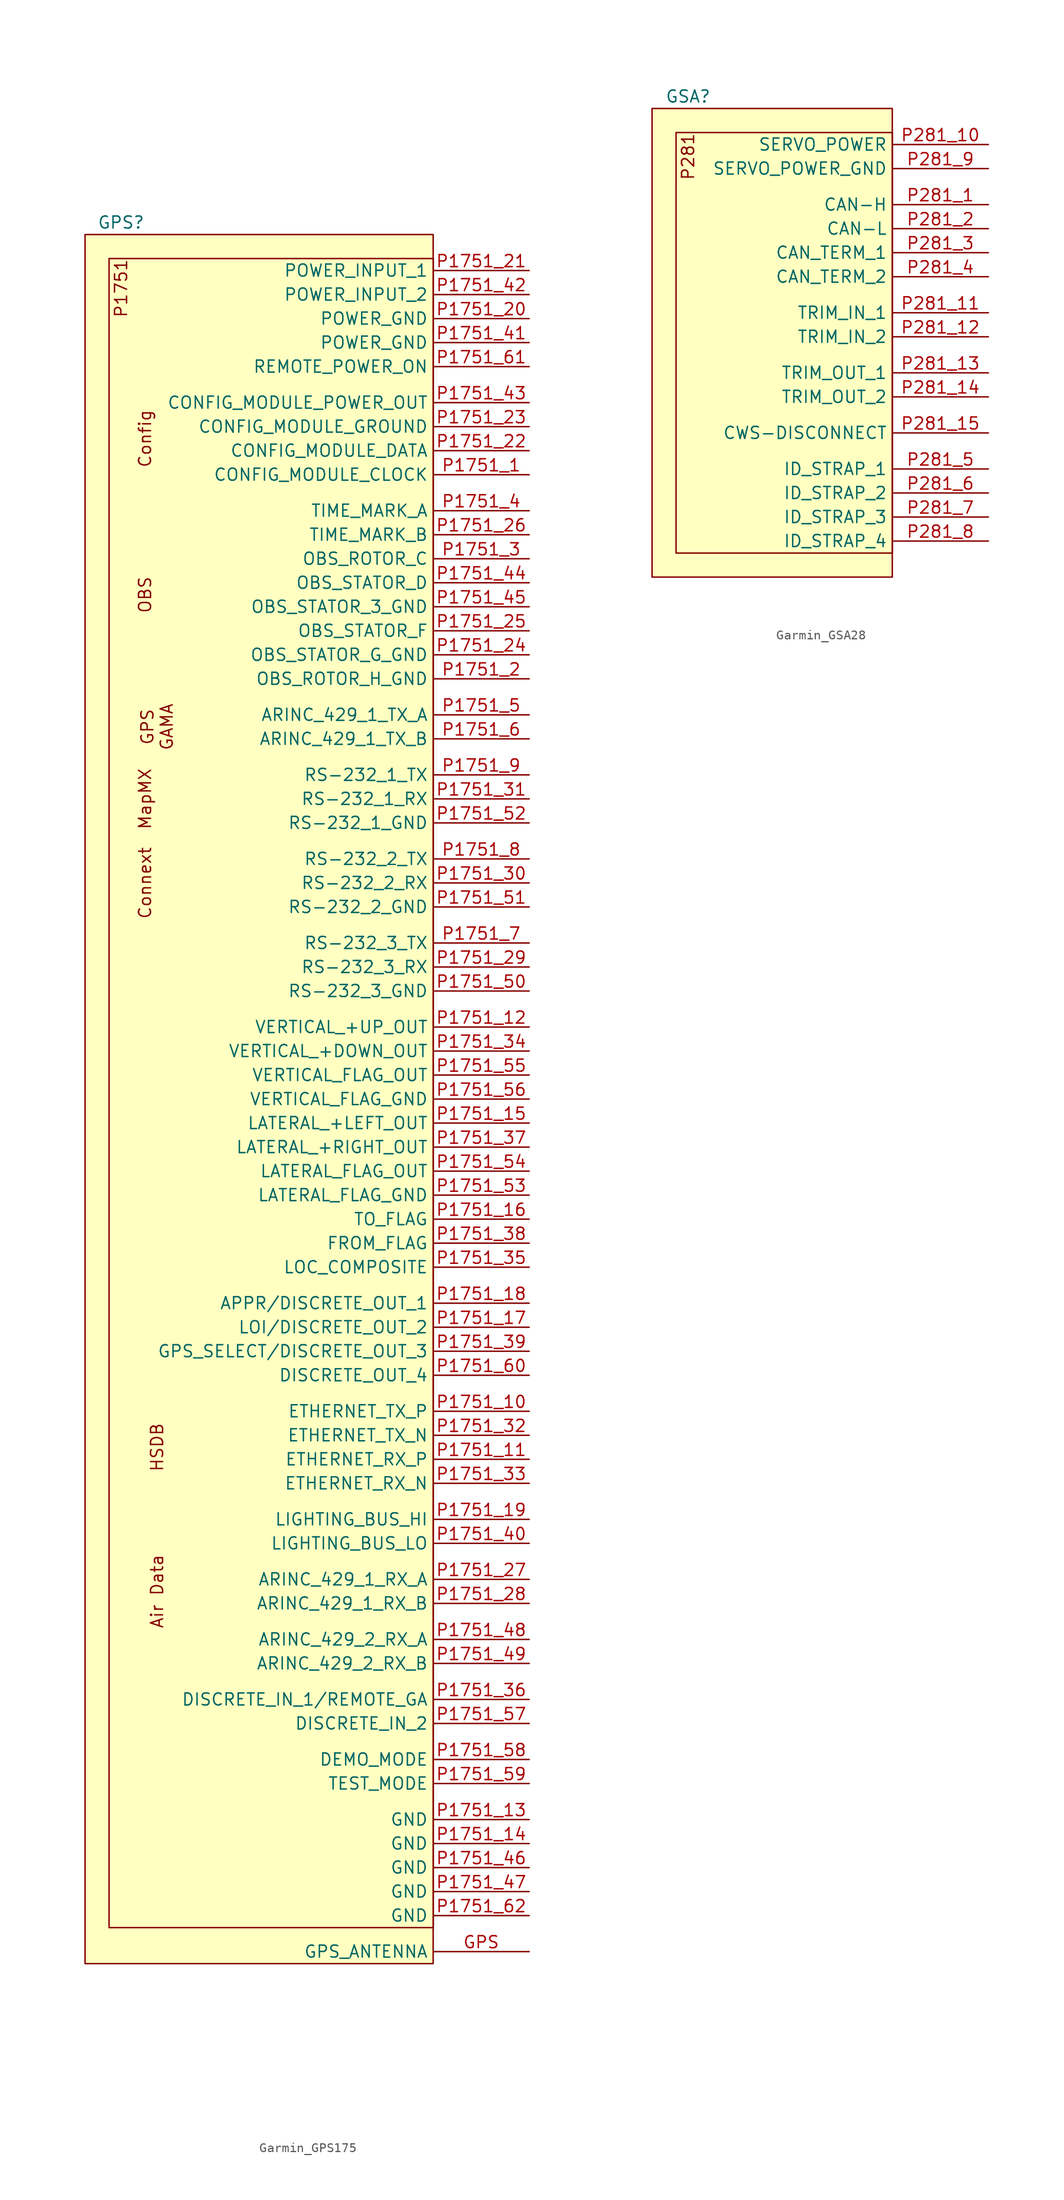
<source format=kicad_sym>
(kicad_symbol_lib
  (version 20220914)
  (generator kicad_symbol_editor)
  (symbol "Garmin_GPS175"
    (property "Reference" "GPS"
      (at 3.81 1.27 0)
      (effects (font (size 1.27 1.27))))
    (property "Value" ""
      (at 0 0 0)
      (effects (font (size 1.27 1.27))))
    (symbol "Garmin_GPS175_1_1"
      (rectangle (start 0 0) (end 36.83 -182.88) (stroke (width 0) (type default)) (fill (type background)))
      (rectangle (start 2.54 -2.54) (end 36.83 -179.07) (stroke (width 0) (type default)) (fill (type background)))
      (text "Air Data" (at 7.62 -143.51 900) (effects (font (size 1.27 1.27))))
      (text "Config" (at 6.35 -21.59 900) (effects (font (size 1.27 1.27))))
      (text "Connext" (at 6.35 -68.58 900) (effects (font (size 1.27 1.27))))
      (text "GPS\nGAMA" (at 7.62 -52.07 900) (effects (font (size 1.27 1.27))))
      (text "HSDB" (at 7.62 -128.27 900) (effects (font (size 1.27 1.27))))
      (text "MapMX" (at 6.35 -59.69 900) (effects (font (size 1.27 1.27))))
      (text "OBS" (at 6.35 -38.1 900) (effects (font (size 1.27 1.27))))
      (text "P1751" (at 3.81 -2.54 900) (effects (font (size 1.27 1.27)) (justify right)))
      (pin input line (at 46.99 -181.61 180) (length 10.16) (name "GPS_ANTENNA" (effects (font (size 1.27 1.27)))) (number "GPS" (effects (font (size 1.27 1.27)))))
      (pin output line (at 46.99 -25.4 180) (length 10.16) (name "CONFIG_MODULE_CLOCK" (effects (font (size 1.27 1.27)))) (number "P1751_1" (effects (font (size 1.27 1.27)))))
      (pin output line (at 46.99 -124.46 180) (length 10.16) (name "ETHERNET_TX_P" (effects (font (size 1.27 1.27)))) (number "P1751_10" (effects (font (size 1.27 1.27)))))
      (pin input line (at 46.99 -129.54 180) (length 10.16) (name "ETHERNET_RX_P" (effects (font (size 1.27 1.27)))) (number "P1751_11" (effects (font (size 1.27 1.27)))))
      (pin output line (at 46.99 -83.82 180) (length 10.16) (name "VERTICAL_+UP_OUT" (effects (font (size 1.27 1.27)))) (number "P1751_12" (effects (font (size 1.27 1.27)))))
      (pin bidirectional line (at 46.99 -167.64 180) (length 10.16) (name "GND" (effects (font (size 1.27 1.27)))) (number "P1751_13" (effects (font (size 1.27 1.27)))))
      (pin bidirectional line (at 46.99 -170.18 180) (length 10.16) (name "GND" (effects (font (size 1.27 1.27)))) (number "P1751_14" (effects (font (size 1.27 1.27)))))
      (pin output line (at 46.99 -93.98 180) (length 10.16) (name "LATERAL_+LEFT_OUT" (effects (font (size 1.27 1.27)))) (number "P1751_15" (effects (font (size 1.27 1.27)))))
      (pin output line (at 46.99 -104.14 180) (length 10.16) (name "TO_FLAG" (effects (font (size 1.27 1.27)))) (number "P1751_16" (effects (font (size 1.27 1.27)))))
      (pin output line (at 46.99 -115.57 180) (length 10.16) (name "LOI/DISCRETE_OUT_2" (effects (font (size 1.27 1.27)))) (number "P1751_17" (effects (font (size 1.27 1.27)))))
      (pin output line (at 46.99 -113.03 180) (length 10.16) (name "APPR/DISCRETE_OUT_1" (effects (font (size 1.27 1.27)))) (number "P1751_18" (effects (font (size 1.27 1.27)))))
      (pin input line (at 46.99 -135.89 180) (length 10.16) (name "LIGHTING_BUS_HI" (effects (font (size 1.27 1.27)))) (number "P1751_19" (effects (font (size 1.27 1.27)))))
      (pin bidirectional line (at 46.99 -46.99 180) (length 10.16) (name "OBS_ROTOR_H_GND" (effects (font (size 1.27 1.27)))) (number "P1751_2" (effects (font (size 1.27 1.27)))))
      (pin bidirectional line (at 46.99 -8.89 180) (length 10.16) (name "POWER_GND" (effects (font (size 1.27 1.27)))) (number "P1751_20" (effects (font (size 1.27 1.27)))))
      (pin power_in line (at 46.99 -3.81 180) (length 10.16) (name "POWER_INPUT_1" (effects (font (size 1.27 1.27)))) (number "P1751_21" (effects (font (size 1.27 1.27)))))
      (pin bidirectional line (at 46.99 -22.86 180) (length 10.16) (name "CONFIG_MODULE_DATA" (effects (font (size 1.27 1.27)))) (number "P1751_22" (effects (font (size 1.27 1.27)))))
      (pin bidirectional line (at 46.99 -20.32 180) (length 10.16) (name "CONFIG_MODULE_GROUND" (effects (font (size 1.27 1.27)))) (number "P1751_23" (effects (font (size 1.27 1.27)))))
      (pin bidirectional line (at 46.99 -44.45 180) (length 10.16) (name "OBS_STATOR_G_GND" (effects (font (size 1.27 1.27)))) (number "P1751_24" (effects (font (size 1.27 1.27)))))
      (pin bidirectional line (at 46.99 -41.91 180) (length 10.16) (name "OBS_STATOR_F" (effects (font (size 1.27 1.27)))) (number "P1751_25" (effects (font (size 1.27 1.27)))))
      (pin bidirectional line (at 46.99 -31.75 180) (length 10.16) (name "TIME_MARK_B" (effects (font (size 1.27 1.27)))) (number "P1751_26" (effects (font (size 1.27 1.27)))))
      (pin input line (at 46.99 -142.24 180) (length 10.16) (name "ARINC_429_1_RX_A" (effects (font (size 1.27 1.27)))) (number "P1751_27" (effects (font (size 1.27 1.27)))))
      (pin input line (at 46.99 -144.78 180) (length 10.16) (name "ARINC_429_1_RX_B" (effects (font (size 1.27 1.27)))) (number "P1751_28" (effects (font (size 1.27 1.27)))))
      (pin input line (at 46.99 -77.47 180) (length 10.16) (name "RS-232_3_RX" (effects (font (size 1.27 1.27)))) (number "P1751_29" (effects (font (size 1.27 1.27)))))
      (pin bidirectional line (at 46.99 -34.29 180) (length 10.16) (name "OBS_ROTOR_C" (effects (font (size 1.27 1.27)))) (number "P1751_3" (effects (font (size 1.27 1.27)))))
      (pin input line (at 46.99 -68.58 180) (length 10.16) (name "RS-232_2_RX" (effects (font (size 1.27 1.27)))) (number "P1751_30" (effects (font (size 1.27 1.27)))))
      (pin input line (at 46.99 -59.69 180) (length 10.16) (name "RS-232_1_RX" (effects (font (size 1.27 1.27)))) (number "P1751_31" (effects (font (size 1.27 1.27)))))
      (pin output line (at 46.99 -127 180) (length 10.16) (name "ETHERNET_TX_N" (effects (font (size 1.27 1.27)))) (number "P1751_32" (effects (font (size 1.27 1.27)))))
      (pin input line (at 46.99 -132.08 180) (length 10.16) (name "ETHERNET_RX_N" (effects (font (size 1.27 1.27)))) (number "P1751_33" (effects (font (size 1.27 1.27)))))
      (pin output line (at 46.99 -86.36 180) (length 10.16) (name "VERTICAL_+DOWN_OUT" (effects (font (size 1.27 1.27)))) (number "P1751_34" (effects (font (size 1.27 1.27)))))
      (pin output line (at 46.99 -109.22 180) (length 10.16) (name "LOC_COMPOSITE" (effects (font (size 1.27 1.27)))) (number "P1751_35" (effects (font (size 1.27 1.27)))))
      (pin input line (at 46.99 -154.94 180) (length 10.16) (name "DISCRETE_IN_1/REMOTE_GA" (effects (font (size 1.27 1.27)))) (number "P1751_36" (effects (font (size 1.27 1.27)))))
      (pin output line (at 46.99 -96.52 180) (length 10.16) (name "LATERAL_+RIGHT_OUT" (effects (font (size 1.27 1.27)))) (number "P1751_37" (effects (font (size 1.27 1.27)))))
      (pin output line (at 46.99 -106.68 180) (length 10.16) (name "FROM_FLAG" (effects (font (size 1.27 1.27)))) (number "P1751_38" (effects (font (size 1.27 1.27)))))
      (pin output line (at 46.99 -118.11 180) (length 10.16) (name "GPS_SELECT/DISCRETE_OUT_3" (effects (font (size 1.27 1.27)))) (number "P1751_39" (effects (font (size 1.27 1.27)))))
      (pin bidirectional line (at 46.99 -29.21 180) (length 10.16) (name "TIME_MARK_A" (effects (font (size 1.27 1.27)))) (number "P1751_4" (effects (font (size 1.27 1.27)))))
      (pin bidirectional line (at 46.99 -138.43 180) (length 10.16) (name "LIGHTING_BUS_LO" (effects (font (size 1.27 1.27)))) (number "P1751_40" (effects (font (size 1.27 1.27)))))
      (pin bidirectional line (at 46.99 -11.43 180) (length 10.16) (name "POWER_GND" (effects (font (size 1.27 1.27)))) (number "P1751_41" (effects (font (size 1.27 1.27)))))
      (pin power_in line (at 46.99 -6.35 180) (length 10.16) (name "POWER_INPUT_2" (effects (font (size 1.27 1.27)))) (number "P1751_42" (effects (font (size 1.27 1.27)))))
      (pin power_out line (at 46.99 -17.78 180) (length 10.16) (name "CONFIG_MODULE_POWER_OUT" (effects (font (size 1.27 1.27)))) (number "P1751_43" (effects (font (size 1.27 1.27)))))
      (pin bidirectional line (at 46.99 -36.83 180) (length 10.16) (name "OBS_STATOR_D" (effects (font (size 1.27 1.27)))) (number "P1751_44" (effects (font (size 1.27 1.27)))))
      (pin bidirectional line (at 46.99 -39.37 180) (length 10.16) (name "OBS_STATOR_3_GND" (effects (font (size 1.27 1.27)))) (number "P1751_45" (effects (font (size 1.27 1.27)))))
      (pin bidirectional line (at 46.99 -172.72 180) (length 10.16) (name "GND" (effects (font (size 1.27 1.27)))) (number "P1751_46" (effects (font (size 1.27 1.27)))))
      (pin bidirectional line (at 46.99 -175.26 180) (length 10.16) (name "GND" (effects (font (size 1.27 1.27)))) (number "P1751_47" (effects (font (size 1.27 1.27)))))
      (pin input line (at 46.99 -148.59 180) (length 10.16) (name "ARINC_429_2_RX_A" (effects (font (size 1.27 1.27)))) (number "P1751_48" (effects (font (size 1.27 1.27)))))
      (pin input line (at 46.99 -151.13 180) (length 10.16) (name "ARINC_429_2_RX_B" (effects (font (size 1.27 1.27)))) (number "P1751_49" (effects (font (size 1.27 1.27)))))
      (pin output line (at 46.99 -50.8 180) (length 10.16) (name "ARINC_429_1_TX_A" (effects (font (size 1.27 1.27)))) (number "P1751_5" (effects (font (size 1.27 1.27)))))
      (pin bidirectional line (at 46.99 -80.01 180) (length 10.16) (name "RS-232_3_GND" (effects (font (size 1.27 1.27)))) (number "P1751_50" (effects (font (size 1.27 1.27)))))
      (pin bidirectional line (at 46.99 -71.12 180) (length 10.16) (name "RS-232_2_GND" (effects (font (size 1.27 1.27)))) (number "P1751_51" (effects (font (size 1.27 1.27)))))
      (pin bidirectional line (at 46.99 -62.23 180) (length 10.16) (name "RS-232_1_GND" (effects (font (size 1.27 1.27)))) (number "P1751_52" (effects (font (size 1.27 1.27)))))
      (pin bidirectional line (at 46.99 -101.6 180) (length 10.16) (name "LATERAL_FLAG_GND" (effects (font (size 1.27 1.27)))) (number "P1751_53" (effects (font (size 1.27 1.27)))))
      (pin output line (at 46.99 -99.06 180) (length 10.16) (name "LATERAL_FLAG_OUT" (effects (font (size 1.27 1.27)))) (number "P1751_54" (effects (font (size 1.27 1.27)))))
      (pin output line (at 46.99 -88.9 180) (length 10.16) (name "VERTICAL_FLAG_OUT" (effects (font (size 1.27 1.27)))) (number "P1751_55" (effects (font (size 1.27 1.27)))))
      (pin bidirectional line (at 46.99 -91.44 180) (length 10.16) (name "VERTICAL_FLAG_GND" (effects (font (size 1.27 1.27)))) (number "P1751_56" (effects (font (size 1.27 1.27)))))
      (pin input line (at 46.99 -157.48 180) (length 10.16) (name "DISCRETE_IN_2" (effects (font (size 1.27 1.27)))) (number "P1751_57" (effects (font (size 1.27 1.27)))))
      (pin input line (at 46.99 -161.29 180) (length 10.16) (name "DEMO_MODE" (effects (font (size 1.27 1.27)))) (number "P1751_58" (effects (font (size 1.27 1.27)))))
      (pin input line (at 46.99 -163.83 180) (length 10.16) (name "TEST_MODE" (effects (font (size 1.27 1.27)))) (number "P1751_59" (effects (font (size 1.27 1.27)))))
      (pin output line (at 46.99 -53.34 180) (length 10.16) (name "ARINC_429_1_TX_B" (effects (font (size 1.27 1.27)))) (number "P1751_6" (effects (font (size 1.27 1.27)))))
      (pin output line (at 46.99 -120.65 180) (length 10.16) (name "DISCRETE_OUT_4" (effects (font (size 1.27 1.27)))) (number "P1751_60" (effects (font (size 1.27 1.27)))))
      (pin input line (at 46.99 -13.97 180) (length 10.16) (name "REMOTE_POWER_ON" (effects (font (size 1.27 1.27)))) (number "P1751_61" (effects (font (size 1.27 1.27)))))
      (pin bidirectional line (at 46.99 -177.8 180) (length 10.16) (name "GND" (effects (font (size 1.27 1.27)))) (number "P1751_62" (effects (font (size 1.27 1.27)))))
      (pin output line (at 46.99 -74.93 180) (length 10.16) (name "RS-232_3_TX" (effects (font (size 1.27 1.27)))) (number "P1751_7" (effects (font (size 1.27 1.27)))))
      (pin output line (at 46.99 -66.04 180) (length 10.16) (name "RS-232_2_TX" (effects (font (size 1.27 1.27)))) (number "P1751_8" (effects (font (size 1.27 1.27)))))
      (pin output line (at 46.99 -57.15 180) (length 10.16) (name "RS-232_1_TX" (effects (font (size 1.27 1.27)))) (number "P1751_9" (effects (font (size 1.27 1.27)))))))
  (symbol "Garmin_GSA28"
    (property "Reference" "GSA"
      (at 3.81 1.27 0)
      (effects (font (size 1.27 1.27))))
    (property "Value" ""
      (at 0 0 0)
      (effects (font (size 1.27 1.27))))
    (symbol "Garmin_GSA28_1_1"
      (rectangle (start 0 0) (end 25.4 -49.53) (stroke (width 0) (type default)) (fill (type background)))
      (rectangle (start 2.54 -2.54) (end 25.4 -46.99) (stroke (width 0) (type default)) (fill (type background)))
      (text "P281" (at 3.81 -2.54 900) (effects (font (size 1.27 1.27)) (justify right)))
      (pin bidirectional line (at 35.56 -10.16 180) (length 10.16) (name "CAN-H" (effects (font (size 1.27 1.27)))) (number "P281_1" (effects (font (size 1.27 1.27)))))
      (pin power_in line (at 35.56 -3.81 180) (length 10.16) (name "SERVO_POWER" (effects (font (size 1.27 1.27)))) (number "P281_10" (effects (font (size 1.27 1.27)))))
      (pin power_in line (at 35.56 -21.59 180) (length 10.16) (name "TRIM_IN_1" (effects (font (size 1.27 1.27)))) (number "P281_11" (effects (font (size 1.27 1.27)))))
      (pin power_in line (at 35.56 -24.13 180) (length 10.16) (name "TRIM_IN_2" (effects (font (size 1.27 1.27)))) (number "P281_12" (effects (font (size 1.27 1.27)))))
      (pin power_out line (at 35.56 -27.94 180) (length 10.16) (name "TRIM_OUT_1" (effects (font (size 1.27 1.27)))) (number "P281_13" (effects (font (size 1.27 1.27)))))
      (pin power_out line (at 35.56 -30.48 180) (length 10.16) (name "TRIM_OUT_2" (effects (font (size 1.27 1.27)))) (number "P281_14" (effects (font (size 1.27 1.27)))))
      (pin bidirectional line (at 35.56 -34.29 180) (length 10.16) (name "CWS-DISCONNECT" (effects (font (size 1.27 1.27)))) (number "P281_15" (effects (font (size 1.27 1.27)))))
      (pin bidirectional line (at 35.56 -12.7 180) (length 10.16) (name "CAN-L" (effects (font (size 1.27 1.27)))) (number "P281_2" (effects (font (size 1.27 1.27)))))
      (pin bidirectional line (at 35.56 -15.24 180) (length 10.16) (name "CAN_TERM_1" (effects (font (size 1.27 1.27)))) (number "P281_3" (effects (font (size 1.27 1.27)))))
      (pin bidirectional line (at 35.56 -17.78 180) (length 10.16) (name "CAN_TERM_2" (effects (font (size 1.27 1.27)))) (number "P281_4" (effects (font (size 1.27 1.27)))))
      (pin bidirectional line (at 35.56 -38.1 180) (length 10.16) (name "ID_STRAP_1" (effects (font (size 1.27 1.27)))) (number "P281_5" (effects (font (size 1.27 1.27)))))
      (pin bidirectional line (at 35.56 -40.64 180) (length 10.16) (name "ID_STRAP_2" (effects (font (size 1.27 1.27)))) (number "P281_6" (effects (font (size 1.27 1.27)))))
      (pin bidirectional line (at 35.56 -43.18 180) (length 10.16) (name "ID_STRAP_3" (effects (font (size 1.27 1.27)))) (number "P281_7" (effects (font (size 1.27 1.27)))))
      (pin bidirectional line (at 35.56 -45.72 180) (length 10.16) (name "ID_STRAP_4" (effects (font (size 1.27 1.27)))) (number "P281_8" (effects (font (size 1.27 1.27)))))
      (pin bidirectional line (at 35.56 -6.35 180) (length 10.16) (name "SERVO_POWER_GND" (effects (font (size 1.27 1.27)))) (number "P281_9" (effects (font (size 1.27 1.27))))))))
</source>
